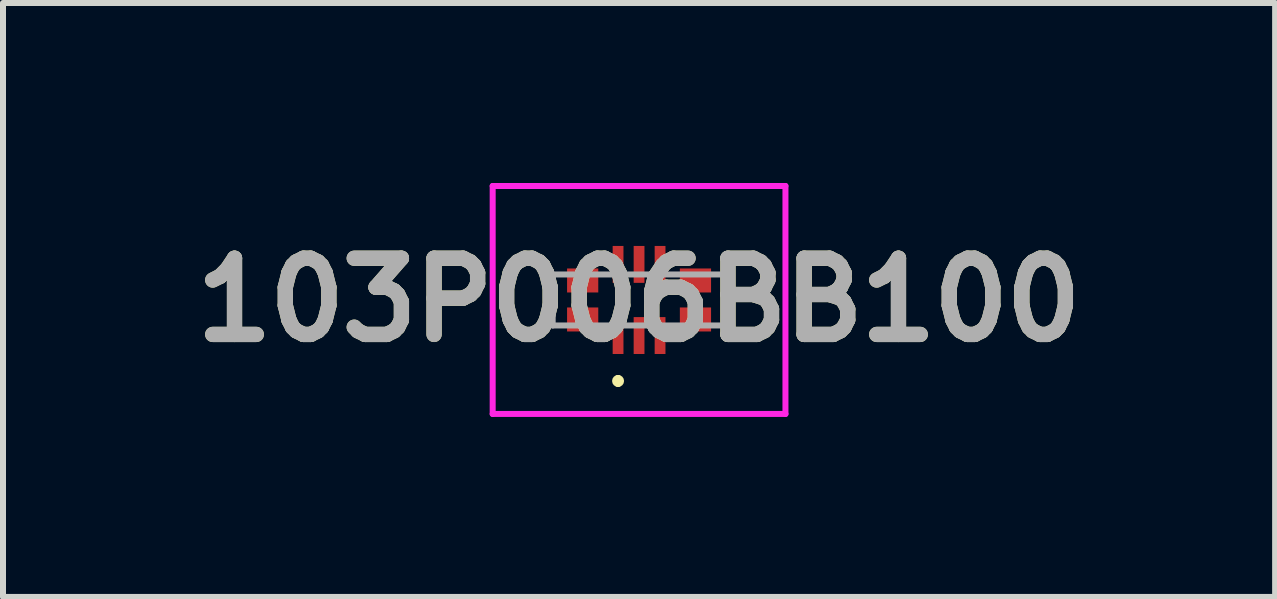
<source format=kicad_pcb>
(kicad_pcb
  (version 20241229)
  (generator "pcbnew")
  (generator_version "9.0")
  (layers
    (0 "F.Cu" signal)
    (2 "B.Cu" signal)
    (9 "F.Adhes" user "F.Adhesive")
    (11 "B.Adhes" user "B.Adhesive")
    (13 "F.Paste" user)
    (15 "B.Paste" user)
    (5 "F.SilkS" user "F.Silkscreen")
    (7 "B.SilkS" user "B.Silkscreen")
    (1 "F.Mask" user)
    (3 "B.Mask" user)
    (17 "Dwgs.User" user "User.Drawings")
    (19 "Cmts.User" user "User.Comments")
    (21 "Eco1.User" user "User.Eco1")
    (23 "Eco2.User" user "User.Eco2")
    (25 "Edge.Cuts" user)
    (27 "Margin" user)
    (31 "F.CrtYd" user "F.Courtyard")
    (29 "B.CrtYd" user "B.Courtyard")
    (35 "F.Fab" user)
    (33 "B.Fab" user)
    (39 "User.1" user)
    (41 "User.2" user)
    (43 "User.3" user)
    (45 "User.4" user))
  (footprint "103P006BB100"
    (layer "F.Cu")
    (at 7.602 1.95)
    (property "Reference" "103P006BB100" (at 0 0 0) (layer "F.SilkS") (effects (font (size 1.27 1.27) (thickness 0.254))))
    (attr smd)
    (fp_line (start -0.35 1.3) (end -0.35 1.3) (stroke (width 0.1) (type solid)) (layer "F.SilkS"))
    (fp_line (start -0.35 1.4) (end -0.35 1.4) (stroke (width 0.1) (type solid)) (layer "F.SilkS"))
    (fp_arc (start -0.35 1.3) (mid -0.3 1.35) (end -0.35 1.4) (stroke (width 0.1) (type solid)) (layer "F.SilkS"))
    (fp_arc (start -0.35 1.4) (mid -0.4 1.35) (end -0.35 1.3) (stroke (width 0.1) (type solid)) (layer "F.SilkS"))
    (fp_line (start -2.44 -1.9) (end 2.44 -1.9) (stroke (width 0.1) (type solid)) (layer "F.CrtYd"))
    (fp_line (start -2.44 1.9) (end -2.44 -1.9) (stroke (width 0.1) (type solid)) (layer "F.CrtYd"))
    (fp_line (start 2.44 -1.9) (end 2.44 1.9) (stroke (width 0.1) (type solid)) (layer "F.CrtYd"))
    (fp_line (start 2.44 1.9) (end -2.44 1.9) (stroke (width 0.1) (type solid)) (layer "F.CrtYd"))
    (fp_line (start -1.44 -0.425) (end -1.44 0.425) (stroke (width 0.1) (type solid)) (layer "F.Fab"))
    (fp_line (start -1.44 0.425) (end 1.44 0.425) (stroke (width 0.1) (type solid)) (layer "F.Fab"))
    (fp_line (start 1.44 -0.425) (end -1.44 -0.425) (stroke (width 0.1) (type solid)) (layer "F.Fab"))
    (fp_line (start 1.44 0.425) (end 1.44 -0.425) (stroke (width 0.1) (type solid)) (layer "F.Fab"))
    (fp_text user "${REFERENCE}" (at 0 0 0) (layer "F.Fab") (effects (font (size 1.27 1.27) (thickness 0.254))))
    (pad "1" smd rect (at -0.35 0.593) (size 0.18 0.615) (layers "F.Cu" "F.Mask" "F.Paste"))
    (pad "2" smd rect (at -0.35 -0.593) (size 0.18 0.615) (layers "F.Cu" "F.Mask" "F.Paste"))
    (pad "3" smd rect (at 0 0.593) (size 0.18 0.615) (layers "F.Cu" "F.Mask" "F.Paste"))
    (pad "4" smd rect (at 0 -0.593) (size 0.18 0.615) (layers "F.Cu" "F.Mask" "F.Paste"))
    (pad "5" smd rect (at 0.35 0.593) (size 0.18 0.615) (layers "F.Cu" "F.Mask" "F.Paste"))
    (pad "6" smd rect (at 0.35 -0.593) (size 0.18 0.615) (layers "F.Cu" "F.Mask" "F.Paste"))
    (pad "MP1" smd rect (at -0.94 0.325 90) (size 0.4 0.52) (layers "F.Cu" "F.Mask" "F.Paste"))
    (pad "MP2" smd rect (at -0.94 -0.325 90) (size 0.4 0.52) (layers "F.Cu" "F.Mask" "F.Paste"))
    (pad "MP3" smd rect (at 0.94 0.325 90) (size 0.4 0.52) (layers "F.Cu" "F.Mask" "F.Paste"))
    (pad "MP4" smd rect (at 0.94 -0.325 90) (size 0.4 0.52) (layers "F.Cu" "F.Mask" "F.Paste")))
  (gr_rect
    (start -3 -3)
    (end 18.204 6.9)
    (stroke (width 0.1) (type default))
    (fill no)
    (layer "Edge.Cuts")))
</source>
